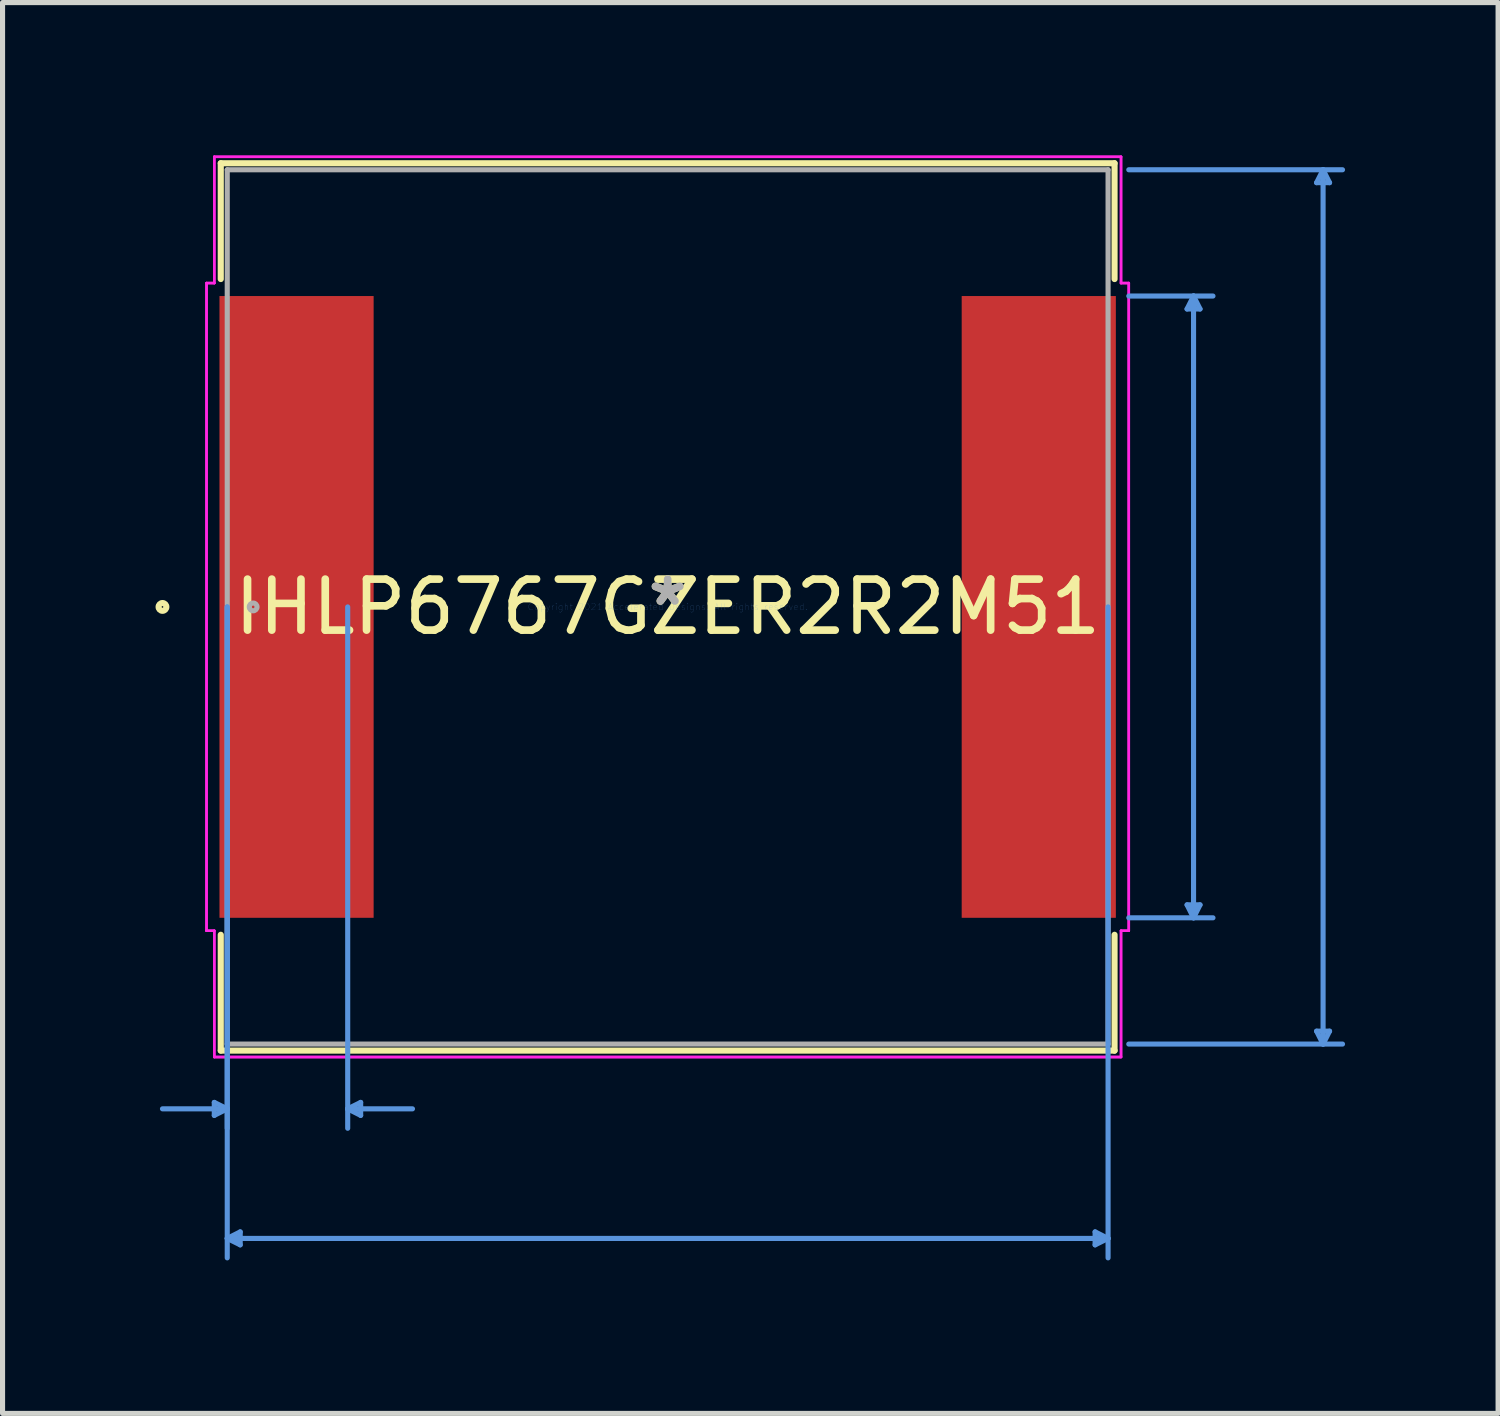
<source format=kicad_pcb>
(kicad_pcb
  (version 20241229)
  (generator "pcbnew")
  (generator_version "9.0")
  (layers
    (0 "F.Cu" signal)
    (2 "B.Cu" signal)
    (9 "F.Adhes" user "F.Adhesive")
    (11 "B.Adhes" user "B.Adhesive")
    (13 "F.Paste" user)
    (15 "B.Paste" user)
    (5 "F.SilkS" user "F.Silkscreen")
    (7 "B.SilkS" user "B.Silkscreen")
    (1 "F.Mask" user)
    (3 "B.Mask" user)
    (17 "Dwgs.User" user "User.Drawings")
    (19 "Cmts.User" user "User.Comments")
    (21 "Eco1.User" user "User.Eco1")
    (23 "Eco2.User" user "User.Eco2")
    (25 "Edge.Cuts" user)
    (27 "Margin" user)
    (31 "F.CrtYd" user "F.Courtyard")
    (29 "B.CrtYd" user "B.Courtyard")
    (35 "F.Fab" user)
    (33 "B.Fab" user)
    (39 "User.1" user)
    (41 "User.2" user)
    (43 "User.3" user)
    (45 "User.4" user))
  (footprint "IHLP6767GZER2R2M51"
    (layer "F.Cu")
    (at 10.042 8.851)
    (property "Reference" "IHLP6767GZER2R2M51" (at 0 0 0) (layer "F.SilkS") (effects (font (size 1 1) (thickness 0.15))))
    (attr through_hole)
    (fp_line (start -8.763 -8.7) (end -8.763 -6.429) (stroke (width 0.12) (type solid)) (layer "F.SilkS"))
    (fp_line (start -8.763 6.429) (end -8.763 8.7) (stroke (width 0.12) (type solid)) (layer "F.SilkS"))
    (fp_line (start -8.763 8.7) (end 8.763 8.7) (stroke (width 0.12) (type solid)) (layer "F.SilkS"))
    (fp_line (start 8.763 -8.7) (end -8.763 -8.7) (stroke (width 0.12) (type solid)) (layer "F.SilkS"))
    (fp_line (start 8.763 -6.429) (end 8.763 -8.7) (stroke (width 0.12) (type solid)) (layer "F.SilkS"))
    (fp_line (start 8.763 8.7) (end 8.763 6.429) (stroke (width 0.12) (type solid)) (layer "F.SilkS"))
    (fp_circle (center -9.906 0) (end -9.83 0) (stroke (width 0.12) (type solid)) (fill no) (layer "F.SilkS"))
    (fp_line (start -8.89 9.716) (end -8.89 9.97) (stroke (width 0.1) (type solid)) (layer "Cmts.User"))
    (fp_line (start -8.636 0) (end -8.636 10.223) (stroke (width 0.1) (type solid)) (layer "Cmts.User"))
    (fp_line (start -8.636 0) (end -8.636 12.764) (stroke (width 0.1) (type solid)) (layer "Cmts.User"))
    (fp_line (start -8.636 9.842) (end -9.906 9.842) (stroke (width 0.1) (type solid)) (layer "Cmts.User"))
    (fp_line (start -8.636 9.842) (end -8.89 9.716) (stroke (width 0.1) (type solid)) (layer "Cmts.User"))
    (fp_line (start -8.636 9.842) (end -8.89 9.97) (stroke (width 0.1) (type solid)) (layer "Cmts.User"))
    (fp_line (start -8.636 12.383) (end -8.382 12.255) (stroke (width 0.1) (type solid)) (layer "Cmts.User"))
    (fp_line (start -8.636 12.383) (end -8.382 12.509) (stroke (width 0.1) (type solid)) (layer "Cmts.User"))
    (fp_line (start -8.636 12.383) (end 8.636 12.383) (stroke (width 0.1) (type solid)) (layer "Cmts.User"))
    (fp_line (start -8.382 12.255) (end -8.382 12.509) (stroke (width 0.1) (type solid)) (layer "Cmts.User"))
    (fp_line (start -6.274 0) (end -6.274 10.223) (stroke (width 0.1) (type solid)) (layer "Cmts.User"))
    (fp_line (start -6.274 9.842) (end -6.02 9.716) (stroke (width 0.1) (type solid)) (layer "Cmts.User"))
    (fp_line (start -6.274 9.842) (end -6.02 9.97) (stroke (width 0.1) (type solid)) (layer "Cmts.User"))
    (fp_line (start -6.274 9.842) (end -5.004 9.842) (stroke (width 0.1) (type solid)) (layer "Cmts.User"))
    (fp_line (start -6.02 9.716) (end -6.02 9.97) (stroke (width 0.1) (type solid)) (layer "Cmts.User"))
    (fp_line (start 8.382 12.255) (end 8.382 12.509) (stroke (width 0.1) (type solid)) (layer "Cmts.User"))
    (fp_line (start 8.636 0) (end 8.636 12.764) (stroke (width 0.1) (type solid)) (layer "Cmts.User"))
    (fp_line (start 8.636 12.383) (end 8.382 12.255) (stroke (width 0.1) (type solid)) (layer "Cmts.User"))
    (fp_line (start 8.636 12.383) (end 8.382 12.509) (stroke (width 0.1) (type solid)) (layer "Cmts.User"))
    (fp_line (start 9.042 -8.572) (end 13.233 -8.572) (stroke (width 0.1) (type solid)) (layer "Cmts.User"))
    (fp_line (start 9.042 -6.096) (end 10.693 -6.096) (stroke (width 0.1) (type solid)) (layer "Cmts.User"))
    (fp_line (start 9.042 6.096) (end 10.693 6.096) (stroke (width 0.1) (type solid)) (layer "Cmts.User"))
    (fp_line (start 9.042 8.572) (end 13.233 8.572) (stroke (width 0.1) (type solid)) (layer "Cmts.User"))
    (fp_line (start 10.185 -5.842) (end 10.439 -5.842) (stroke (width 0.1) (type solid)) (layer "Cmts.User"))
    (fp_line (start 10.185 5.842) (end 10.439 5.842) (stroke (width 0.1) (type solid)) (layer "Cmts.User"))
    (fp_line (start 10.312 -6.096) (end 10.185 -5.842) (stroke (width 0.1) (type solid)) (layer "Cmts.User"))
    (fp_line (start 10.312 -6.096) (end 10.312 6.096) (stroke (width 0.1) (type solid)) (layer "Cmts.User"))
    (fp_line (start 10.312 -6.096) (end 10.439 -5.842) (stroke (width 0.1) (type solid)) (layer "Cmts.User"))
    (fp_line (start 10.312 6.096) (end 10.185 5.842) (stroke (width 0.1) (type solid)) (layer "Cmts.User"))
    (fp_line (start 10.312 6.096) (end 10.439 5.842) (stroke (width 0.1) (type solid)) (layer "Cmts.User"))
    (fp_line (start 12.725 -8.319) (end 12.979 -8.319) (stroke (width 0.1) (type solid)) (layer "Cmts.User"))
    (fp_line (start 12.725 8.319) (end 12.979 8.319) (stroke (width 0.1) (type solid)) (layer "Cmts.User"))
    (fp_line (start 12.852 -8.572) (end 12.725 -8.319) (stroke (width 0.1) (type solid)) (layer "Cmts.User"))
    (fp_line (start 12.852 -8.572) (end 12.852 8.572) (stroke (width 0.1) (type solid)) (layer "Cmts.User"))
    (fp_line (start 12.852 -8.572) (end 12.979 -8.319) (stroke (width 0.1) (type solid)) (layer "Cmts.User"))
    (fp_line (start 12.852 8.572) (end 12.725 8.319) (stroke (width 0.1) (type solid)) (layer "Cmts.User"))
    (fp_line (start 12.852 8.572) (end 12.979 8.319) (stroke (width 0.1) (type solid)) (layer "Cmts.User"))
    (fp_line (start -9.042 -6.35) (end -8.89 -6.35) (stroke (width 0.05) (type solid)) (layer "F.CrtYd"))
    (fp_line (start -9.042 -6.35) (end -8.89 -6.35) (stroke (width 0.05) (type solid)) (layer "F.CrtYd"))
    (fp_line (start -9.042 6.35) (end -9.042 -6.35) (stroke (width 0.05) (type solid)) (layer "F.CrtYd"))
    (fp_line (start -9.042 6.35) (end -9.042 -6.35) (stroke (width 0.05) (type solid)) (layer "F.CrtYd"))
    (fp_line (start -8.89 -8.826) (end 8.89 -8.826) (stroke (width 0.05) (type solid)) (layer "F.CrtYd"))
    (fp_line (start -8.89 -8.826) (end 8.89 -8.826) (stroke (width 0.05) (type solid)) (layer "F.CrtYd"))
    (fp_line (start -8.89 -6.35) (end -8.89 -8.826) (stroke (width 0.05) (type solid)) (layer "F.CrtYd"))
    (fp_line (start -8.89 -6.35) (end -8.89 -8.826) (stroke (width 0.05) (type solid)) (layer "F.CrtYd"))
    (fp_line (start -8.89 6.35) (end -9.042 6.35) (stroke (width 0.05) (type solid)) (layer "F.CrtYd"))
    (fp_line (start -8.89 6.35) (end -9.042 6.35) (stroke (width 0.05) (type solid)) (layer "F.CrtYd"))
    (fp_line (start -8.89 8.826) (end -8.89 6.35) (stroke (width 0.05) (type solid)) (layer "F.CrtYd"))
    (fp_line (start -8.89 8.826) (end -8.89 6.35) (stroke (width 0.05) (type solid)) (layer "F.CrtYd"))
    (fp_line (start 8.89 -8.826) (end 8.89 -6.35) (stroke (width 0.05) (type solid)) (layer "F.CrtYd"))
    (fp_line (start 8.89 -8.826) (end 8.89 -6.35) (stroke (width 0.05) (type solid)) (layer "F.CrtYd"))
    (fp_line (start 8.89 -6.35) (end 9.042 -6.35) (stroke (width 0.05) (type solid)) (layer "F.CrtYd"))
    (fp_line (start 8.89 -6.35) (end 9.042 -6.35) (stroke (width 0.05) (type solid)) (layer "F.CrtYd"))
    (fp_line (start 8.89 6.35) (end 8.89 8.826) (stroke (width 0.05) (type solid)) (layer "F.CrtYd"))
    (fp_line (start 8.89 6.35) (end 8.89 8.826) (stroke (width 0.05) (type solid)) (layer "F.CrtYd"))
    (fp_line (start 8.89 8.826) (end -8.89 8.826) (stroke (width 0.05) (type solid)) (layer "F.CrtYd"))
    (fp_line (start 8.89 8.826) (end -8.89 8.826) (stroke (width 0.05) (type solid)) (layer "F.CrtYd"))
    (fp_line (start 9.042 -6.35) (end 9.042 6.35) (stroke (width 0.05) (type solid)) (layer "F.CrtYd"))
    (fp_line (start 9.042 -6.35) (end 9.042 6.35) (stroke (width 0.05) (type solid)) (layer "F.CrtYd"))
    (fp_line (start 9.042 6.35) (end 8.89 6.35) (stroke (width 0.05) (type solid)) (layer "F.CrtYd"))
    (fp_line (start 9.042 6.35) (end 8.89 6.35) (stroke (width 0.05) (type solid)) (layer "F.CrtYd"))
    (fp_line (start -8.636 -8.572) (end -8.636 8.572) (stroke (width 0.1) (type solid)) (layer "F.Fab"))
    (fp_line (start -8.636 8.572) (end 8.636 8.572) (stroke (width 0.1) (type solid)) (layer "F.Fab"))
    (fp_line (start 8.636 -8.572) (end -8.636 -8.572) (stroke (width 0.1) (type solid)) (layer "F.Fab"))
    (fp_line (start 8.636 8.572) (end 8.636 -8.572) (stroke (width 0.1) (type solid)) (layer "F.Fab"))
    (fp_circle (center -8.128 0) (end -8.052 0) (stroke (width 0.1) (type solid)) (fill no) (layer "F.Fab"))
    (fp_text user "*" (at 0 0 0) (layer "F.SilkS") (effects (font (size 1 1) (thickness 0.15))))
    (fp_text user "Copyright 2021 Accelerated Designs. All rights reserved." (at 0 0 0) (layer "Cmts.User") (effects (font (size 0.127 0.127) (thickness 0.002))))
    (fp_text user "*" (at 0 0 0) (layer "F.Fab") (effects (font (size 1 1) (thickness 0.15))))
    (pad "1" smd rect (at -7.277 0 90) (size 12.192 3.023) (layers "F.Cu" "F.Mask" "F.Paste"))
    (pad "2" smd rect (at 7.277 0 90) (size 12.192 3.023) (layers "F.Cu" "F.Mask" "F.Paste")))
  (gr_rect
    (start -3 -3)
    (end 26.326 24.665)
    (stroke (width 0.1) (type default))
    (fill no)
    (layer "Edge.Cuts")))
</source>
